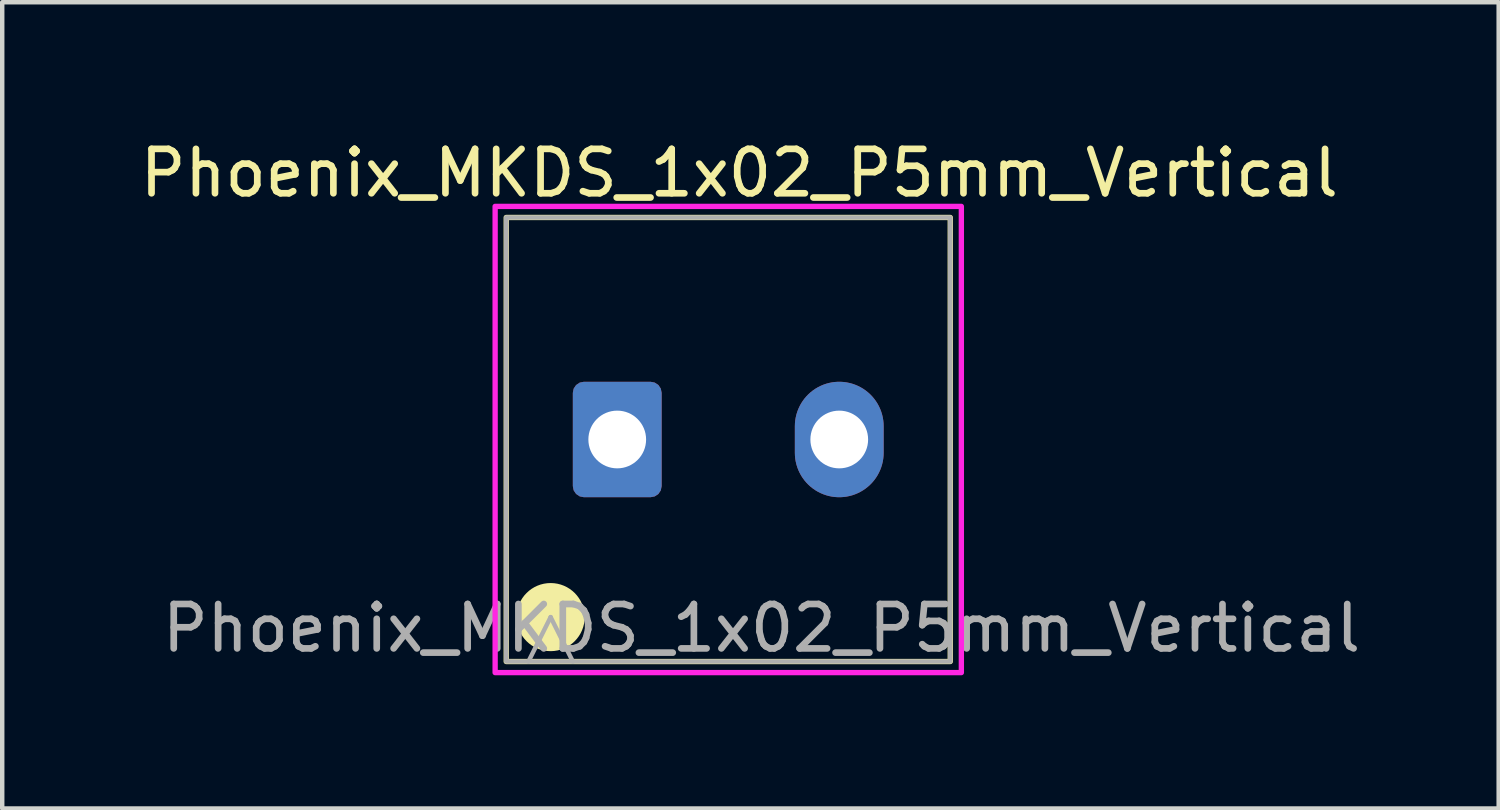
<source format=kicad_pcb>
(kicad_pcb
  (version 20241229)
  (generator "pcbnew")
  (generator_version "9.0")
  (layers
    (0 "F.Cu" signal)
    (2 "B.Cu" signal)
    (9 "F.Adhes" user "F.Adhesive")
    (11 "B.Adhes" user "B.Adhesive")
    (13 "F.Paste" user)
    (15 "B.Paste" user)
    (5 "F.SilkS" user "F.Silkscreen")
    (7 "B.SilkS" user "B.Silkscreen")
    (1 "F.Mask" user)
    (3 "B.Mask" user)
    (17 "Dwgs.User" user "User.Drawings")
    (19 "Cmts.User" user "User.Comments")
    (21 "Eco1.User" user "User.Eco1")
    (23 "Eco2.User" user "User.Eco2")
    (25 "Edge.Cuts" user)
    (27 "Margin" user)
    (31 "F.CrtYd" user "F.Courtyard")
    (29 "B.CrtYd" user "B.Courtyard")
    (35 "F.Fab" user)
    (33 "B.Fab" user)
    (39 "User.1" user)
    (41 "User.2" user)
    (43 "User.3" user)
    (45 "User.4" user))
  (footprint "Phoenix_MKDS_1x02_P5mm_Vertical"
    (layer "F.Cu")
    (at 10.851 6.848)
    (property "Reference" "Phoenix_MKDS_1x02_P5mm_Vertical" (at 2.75 -6 0) (layer "F.SilkS") (effects (font (size 1 1) (thickness 0.15))))
    (attr through_hole)
    (fp_rect (start -2.5 -5) (end 7.5 5) (stroke (width 0.12) (type solid)) (fill no) (layer "F.SilkS"))
    (fp_circle (center -1.5 4) (end -0.793 4) (stroke (width 0.12) (type solid)) (fill yes) (layer "F.SilkS"))
    (fp_rect (start -2.75 -5.25) (end 7.75 5.25) (stroke (width 0.12) (type solid)) (fill no) (layer "F.CrtYd"))
    (fp_line (start -2 5) (end -1.5 4) (stroke (width 0.1) (type solid)) (layer "F.Fab"))
    (fp_line (start -1.5 4) (end -1 5) (stroke (width 0.1) (type solid)) (layer "F.Fab"))
    (fp_rect (start -2.5 -5) (end 7.5 5) (stroke (width 0.1) (type solid)) (fill no) (layer "F.Fab"))
    (fp_text user "${REFERENCE}" (at 3.25 4.25 0) (layer "F.Fab") (effects (font (size 1 1) (thickness 0.15))))
    (pad "1" thru_hole roundrect (at 0 0) (size 2 2.6) (drill 1.3) (layers "*.Cu" "*.Mask") (roundrect_rratio 0.125))
    (pad "2" thru_hole oval (at 5 0) (size 2 2.6) (drill 1.3) (layers "*.Cu" "*.Mask")))
  (gr_rect
    (start -3 -3)
    (end 30.702 15.158)
    (stroke (width 0.1) (type default))
    (fill no)
    (layer "Edge.Cuts")))
</source>
